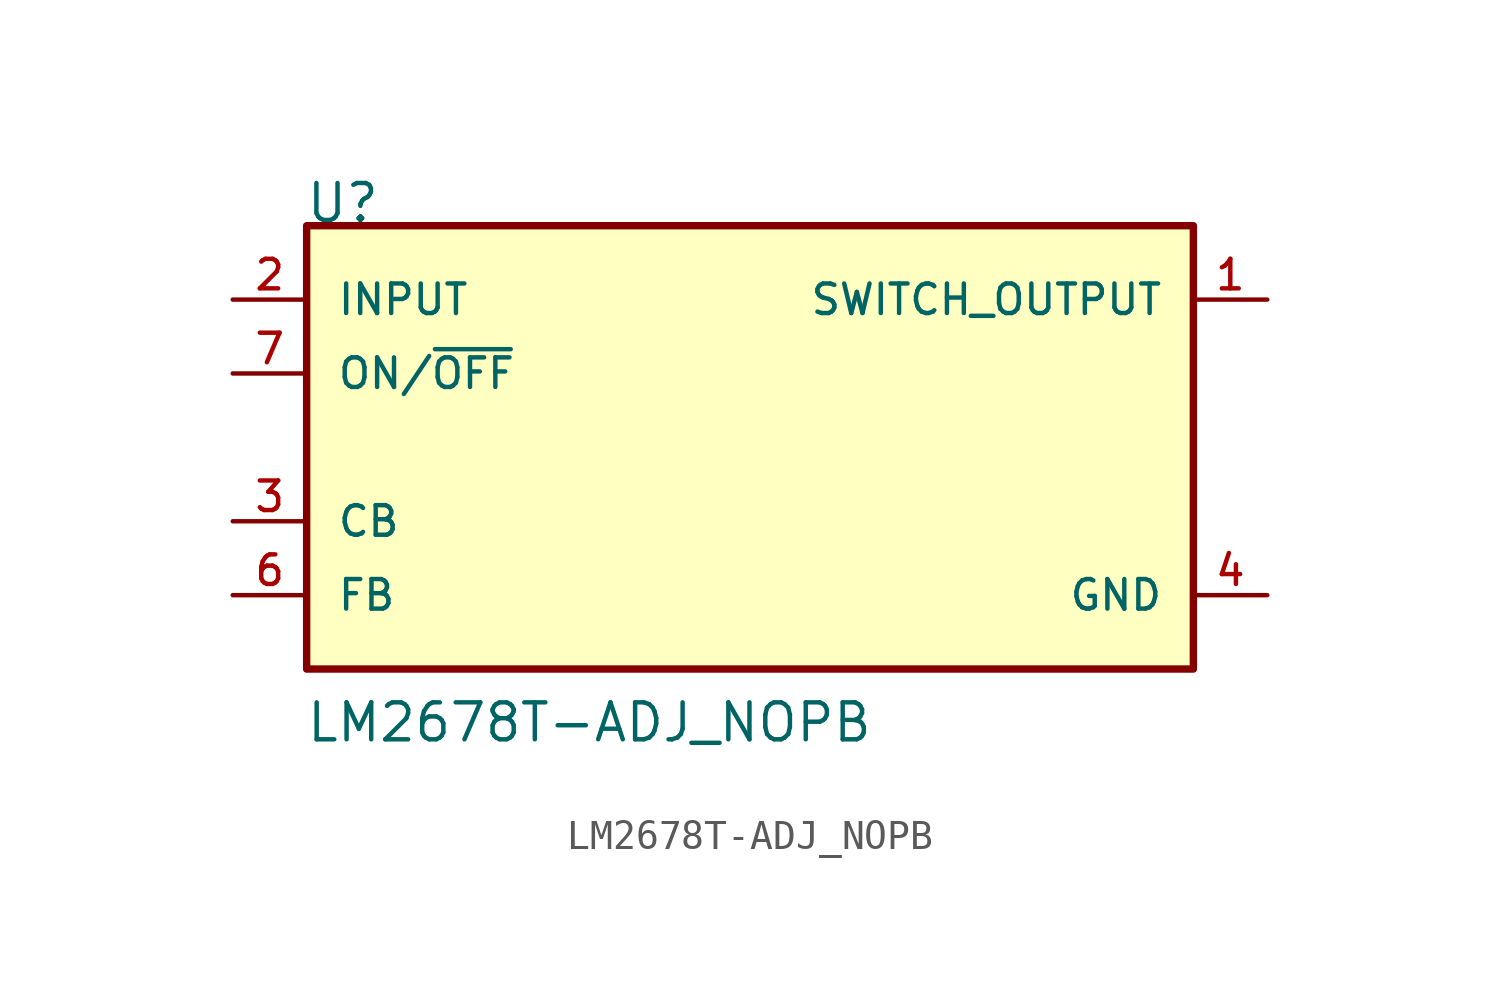
<source format=kicad_sym>
(kicad_symbol_lib
  (version 20211014)
  (generator kicad_symbol_editor)
  (symbol "LM2678T-ADJ_NOPB"
    (pin_names
      (offset 1.016))
    (property "Reference" "U"
      (at -15.307 7.654 0)
      (effects (font (size 1.27 1.27)) (justify bottom left)))
    (property "Value" "LM2678T-ADJ_NOPB"
      (at -15.298 -10.198 0)
      (effects (font (size 1.27 1.27)) (justify bottom left)))
    (symbol "LM2678T-ADJ_NOPB_0_0"
      (rectangle (start -15.24 -7.62) (end 15.24 7.62) (stroke (width 0.254)) (fill (type background)))
      (pin output line (at 17.78 5.08 180.0) (length 2.54) (name "SWITCH_OUTPUT" (effects (font (size 1.016 1.016)))) (number "1" (effects (font (size 1.016 1.016)))))
      (pin input line (at -17.78 5.08 0) (length 2.54) (name "INPUT" (effects (font (size 1.016 1.016)))) (number "2" (effects (font (size 1.016 1.016)))))
      (pin input line (at -17.78 -2.54 0) (length 2.54) (name "CB" (effects (font (size 1.016 1.016)))) (number "3" (effects (font (size 1.016 1.016)))))
      (pin power_in line (at 17.78 -5.08 180.0) (length 2.54) (name "GND" (effects (font (size 1.016 1.016)))) (number "4" (effects (font (size 1.016 1.016)))))
      (pin input line (at -17.78 2.54 0) (length 2.54) (name "ON/~{OFF}" (effects (font (size 1.016 1.016)))) (number "7" (effects (font (size 1.016 1.016)))))
      (pin input line (at -17.78 -5.08 0) (length 2.54) (name "FB" (effects (font (size 1.016 1.016)))) (number "6" (effects (font (size 1.016 1.016))))))))
</source>
